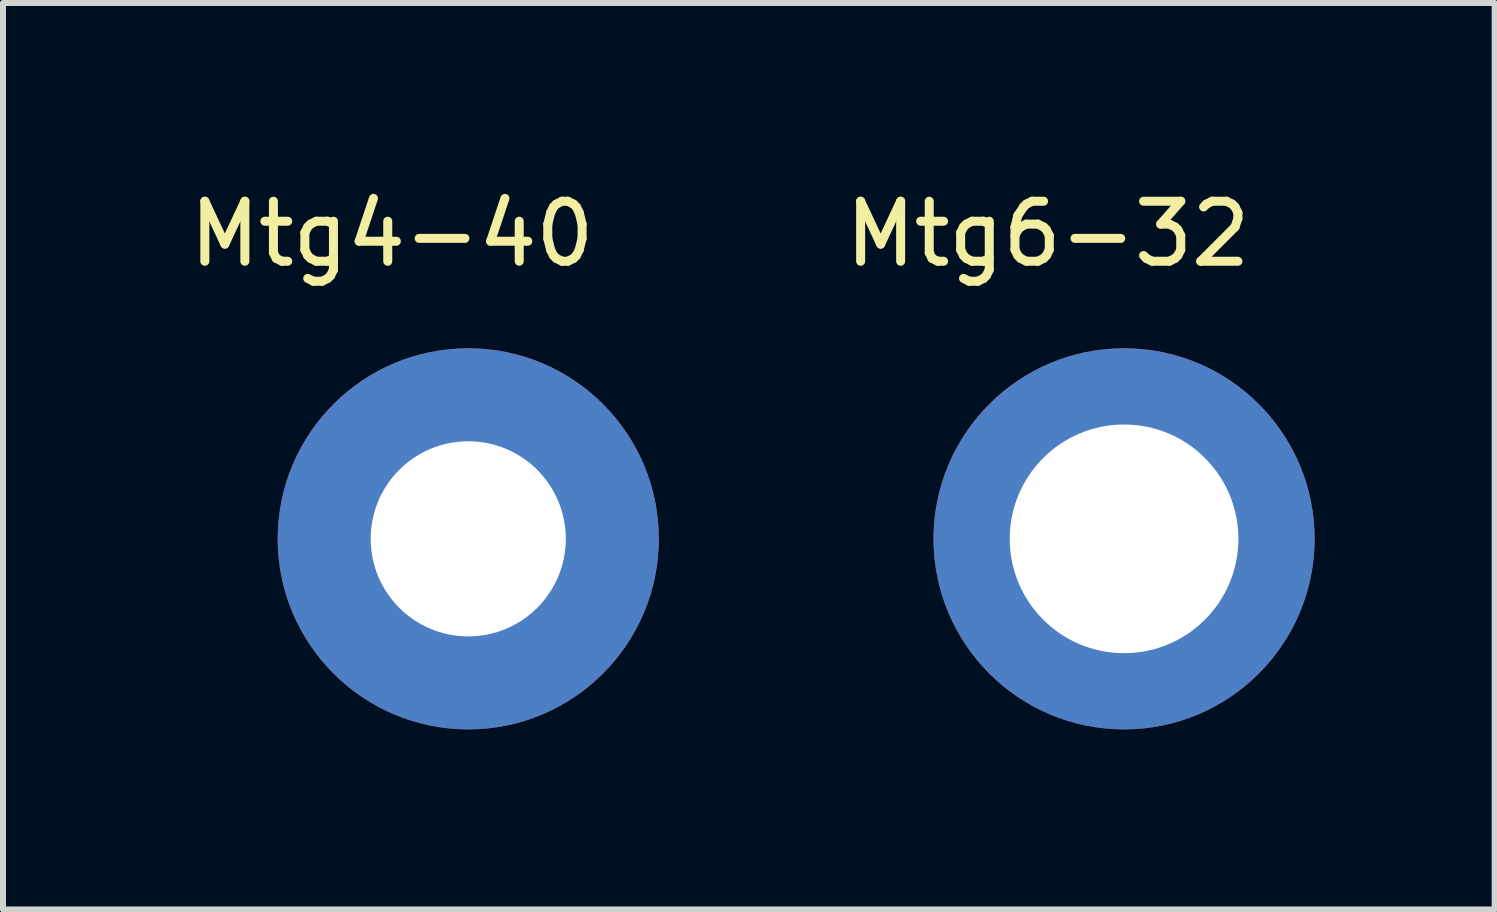
<source format=kicad_pcb>
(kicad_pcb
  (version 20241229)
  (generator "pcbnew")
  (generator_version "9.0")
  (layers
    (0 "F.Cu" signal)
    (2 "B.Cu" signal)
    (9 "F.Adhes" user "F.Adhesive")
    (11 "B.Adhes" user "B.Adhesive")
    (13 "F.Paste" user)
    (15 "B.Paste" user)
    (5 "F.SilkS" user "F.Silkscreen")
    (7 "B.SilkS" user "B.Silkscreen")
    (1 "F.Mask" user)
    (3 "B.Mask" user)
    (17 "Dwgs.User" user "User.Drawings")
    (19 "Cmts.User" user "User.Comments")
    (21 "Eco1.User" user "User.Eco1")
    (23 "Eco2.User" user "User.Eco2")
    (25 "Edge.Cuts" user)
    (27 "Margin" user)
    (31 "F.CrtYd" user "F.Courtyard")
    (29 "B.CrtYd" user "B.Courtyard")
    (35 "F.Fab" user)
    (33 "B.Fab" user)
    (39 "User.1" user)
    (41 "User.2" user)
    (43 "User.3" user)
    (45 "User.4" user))
  (footprint "Mtg4-40"
    (layer "F.Cu")
    (at 4.752 5.928)
    (property "Reference" "Mtg4-40" (at -1.27 -5.08 0) (layer "F.SilkS") (effects (font (size 1 1) (thickness 0.15))))
    (attr through_hole)
    (pad "1" thru_hole circle (at 0 0) (size 6.35 6.35) (drill 3.251) (layers "*.Cu" "*.Mask")))
  (footprint "Mtg6-32"
    (layer "F.Cu")
    (at 15.679 5.928)
    (property "Reference" "Mtg6-32" (at -1.27 -5.08 0) (layer "F.SilkS") (effects (font (size 1 1) (thickness 0.15))))
    (attr through_hole)
    (pad "1" thru_hole circle (at 0 0) (size 6.35 6.35) (drill 3.81) (layers "*.Cu" "*.Mask")))
  (gr_rect
    (start -3 -3)
    (end 21.854 12.103)
    (stroke (width 0.1) (type default))
    (fill no)
    (layer "Edge.Cuts")))
</source>
